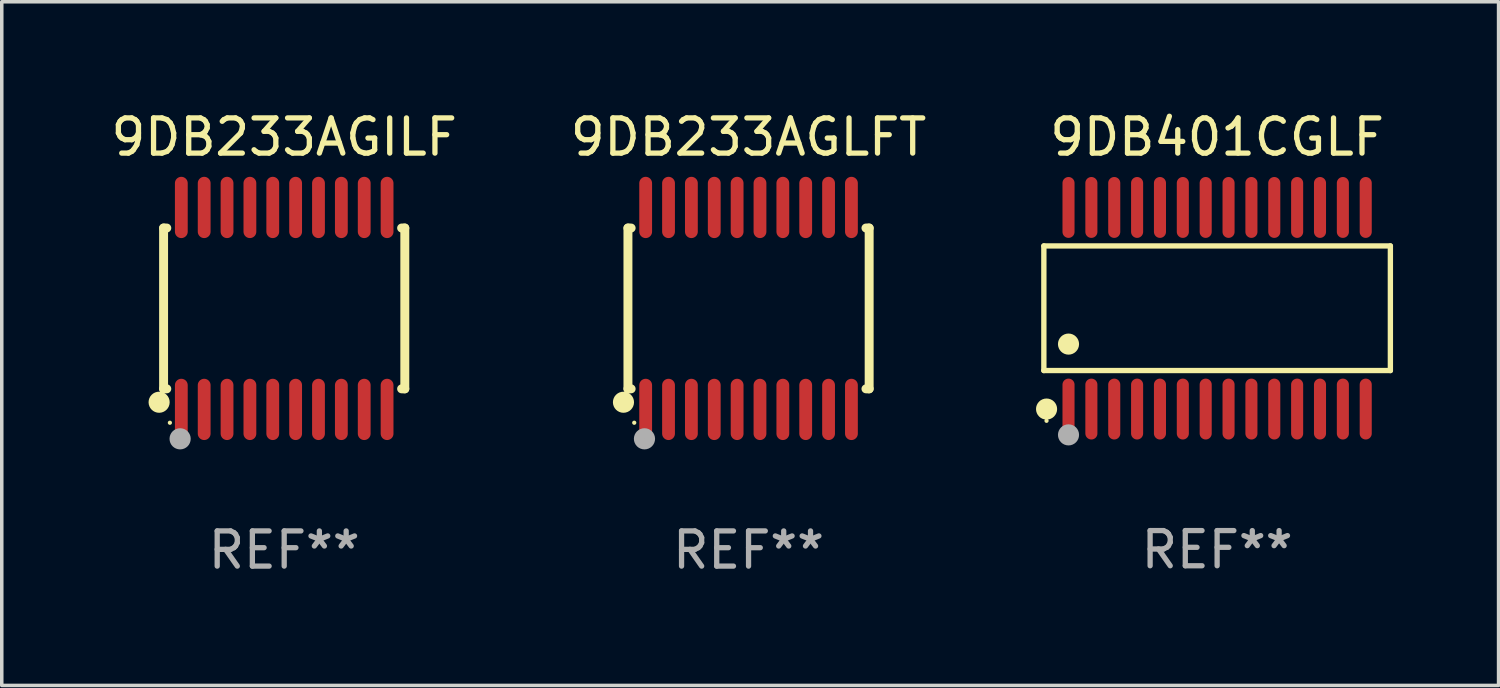
<source format=kicad_pcb>
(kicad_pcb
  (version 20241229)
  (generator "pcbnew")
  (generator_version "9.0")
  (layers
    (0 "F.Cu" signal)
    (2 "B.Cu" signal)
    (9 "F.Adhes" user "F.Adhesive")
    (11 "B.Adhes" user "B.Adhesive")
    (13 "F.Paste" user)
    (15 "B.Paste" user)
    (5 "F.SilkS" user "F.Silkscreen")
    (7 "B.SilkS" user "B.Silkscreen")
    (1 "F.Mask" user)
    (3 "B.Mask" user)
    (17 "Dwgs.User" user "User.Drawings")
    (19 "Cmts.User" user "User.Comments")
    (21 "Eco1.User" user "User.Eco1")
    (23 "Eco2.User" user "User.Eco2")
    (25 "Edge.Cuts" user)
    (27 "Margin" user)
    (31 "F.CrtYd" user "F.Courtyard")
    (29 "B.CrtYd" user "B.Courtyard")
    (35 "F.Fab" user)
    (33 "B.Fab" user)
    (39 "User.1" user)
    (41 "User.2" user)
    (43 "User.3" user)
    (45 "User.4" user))
  (footprint "9DB401CGLF"
    (layer "F.Cu")
    (at 31.554 5.714)
    (property "Reference" "9DB401CGLF" (at 0 -4.866 0) (layer "F.SilkS") (effects (font (size 1 1) (thickness 0.15))))
    (attr through_hole)
    (fp_line (start -4.926 -1.772) (end 4.926 -1.772) (stroke (width 0.152) (type solid)) (layer "F.SilkS"))
    (fp_line (start -4.926 1.771) (end -4.926 -1.772) (stroke (width 0.152) (type solid)) (layer "F.SilkS"))
    (fp_line (start 4.926 -1.772) (end 4.926 1.771) (stroke (width 0.152) (type solid)) (layer "F.SilkS"))
    (fp_line (start 4.926 1.771) (end -4.926 1.771) (stroke (width 0.152) (type solid)) (layer "F.SilkS"))
    (fp_circle (center -4.85 3.2) (end -4.82 3.2) (stroke (width 0.06) (type solid)) (fill no) (layer "F.SilkS"))
    (fp_circle (center -4.849 2.866) (end -4.699 2.866) (stroke (width 0.3) (type solid)) (fill no) (layer "F.SilkS"))
    (fp_circle (center -4.225 1.019) (end -4.075 1.019) (stroke (width 0.3) (type solid)) (fill no) (layer "F.SilkS"))
    (fp_circle (center -4.225 3.6) (end -4.075 3.6) (stroke (width 0.3) (type solid)) (fill no) (layer "F.Fab"))
    (fp_text user "REF**" (at 0 6.866 0) (layer "F.Fab") (effects (font (size 1 1) (thickness 0.15))))
    (pad "1" smd oval (at -4.225 2.866) (size 0.343 1.731) (layers "F.Cu" "F.Mask" "F.Paste"))
    (pad "2" smd oval (at -3.575 2.866) (size 0.343 1.731) (layers "F.Cu" "F.Mask" "F.Paste"))
    (pad "3" smd oval (at -2.925 2.866) (size 0.343 1.731) (layers "F.Cu" "F.Mask" "F.Paste"))
    (pad "4" smd oval (at -2.275 2.866) (size 0.343 1.731) (layers "F.Cu" "F.Mask" "F.Paste"))
    (pad "5" smd oval (at -1.625 2.866) (size 0.343 1.731) (layers "F.Cu" "F.Mask" "F.Paste"))
    (pad "6" smd oval (at -0.975 2.866) (size 0.343 1.731) (layers "F.Cu" "F.Mask" "F.Paste"))
    (pad "7" smd oval (at -0.325 2.866) (size 0.343 1.731) (layers "F.Cu" "F.Mask" "F.Paste"))
    (pad "8" smd oval (at 0.325 2.866) (size 0.343 1.731) (layers "F.Cu" "F.Mask" "F.Paste"))
    (pad "9" smd oval (at 0.975 2.866) (size 0.343 1.731) (layers "F.Cu" "F.Mask" "F.Paste"))
    (pad "10" smd oval (at 1.625 2.866) (size 0.343 1.731) (layers "F.Cu" "F.Mask" "F.Paste"))
    (pad "11" smd oval (at 2.275 2.866) (size 0.343 1.731) (layers "F.Cu" "F.Mask" "F.Paste"))
    (pad "12" smd oval (at 2.925 2.866) (size 0.343 1.731) (layers "F.Cu" "F.Mask" "F.Paste"))
    (pad "13" smd oval (at 3.575 2.866) (size 0.343 1.731) (layers "F.Cu" "F.Mask" "F.Paste"))
    (pad "14" smd oval (at 4.225 2.866) (size 0.343 1.731) (layers "F.Cu" "F.Mask" "F.Paste"))
    (pad "15" smd oval (at 4.225 -2.866) (size 0.343 1.731) (layers "F.Cu" "F.Mask" "F.Paste"))
    (pad "16" smd oval (at 3.575 -2.866) (size 0.343 1.731) (layers "F.Cu" "F.Mask" "F.Paste"))
    (pad "17" smd oval (at 2.925 -2.866) (size 0.343 1.731) (layers "F.Cu" "F.Mask" "F.Paste"))
    (pad "18" smd oval (at 2.275 -2.866) (size 0.343 1.731) (layers "F.Cu" "F.Mask" "F.Paste"))
    (pad "19" smd oval (at 1.625 -2.866) (size 0.343 1.731) (layers "F.Cu" "F.Mask" "F.Paste"))
    (pad "20" smd oval (at 0.975 -2.866) (size 0.343 1.731) (layers "F.Cu" "F.Mask" "F.Paste"))
    (pad "21" smd oval (at 0.325 -2.866) (size 0.343 1.731) (layers "F.Cu" "F.Mask" "F.Paste"))
    (pad "22" smd oval (at -0.325 -2.866) (size 0.343 1.731) (layers "F.Cu" "F.Mask" "F.Paste"))
    (pad "23" smd oval (at -0.975 -2.866) (size 0.343 1.731) (layers "F.Cu" "F.Mask" "F.Paste"))
    (pad "24" smd oval (at -1.625 -2.866) (size 0.343 1.731) (layers "F.Cu" "F.Mask" "F.Paste"))
    (pad "25" smd oval (at -2.275 -2.866) (size 0.343 1.731) (layers "F.Cu" "F.Mask" "F.Paste"))
    (pad "26" smd oval (at -2.925 -2.866) (size 0.343 1.731) (layers "F.Cu" "F.Mask" "F.Paste"))
    (pad "27" smd oval (at -3.575 -2.866) (size 0.343 1.731) (layers "F.Cu" "F.Mask" "F.Paste"))
    (pad "28" smd oval (at -4.225 -2.866) (size 0.343 1.731) (layers "F.Cu" "F.Mask" "F.Paste")))
  (footprint "9DB233AGLFT"
    (layer "F.Cu")
    (at 18.232 5.719)
    (property "Reference" "9DB233AGLFT" (at 0 -4.871 0) (layer "F.SilkS") (effects (font (size 1 1) (thickness 0.15))))
    (attr through_hole)
    (fp_line (start -3.429 -2.286) (end -3.429 2.286) (stroke (width 0.254) (type solid)) (layer "F.SilkS"))
    (fp_line (start -3.429 2.286) (end -3.338 2.286) (stroke (width 0.254) (type solid)) (layer "F.SilkS"))
    (fp_line (start -3.338 -2.286) (end -3.429 -2.286) (stroke (width 0.254) (type solid)) (layer "F.SilkS"))
    (fp_line (start 3.338 -2.286) (end 3.429 -2.286) (stroke (width 0.254) (type solid)) (layer "F.SilkS"))
    (fp_line (start 3.429 -2.286) (end 3.429 2.286) (stroke (width 0.254) (type solid)) (layer "F.SilkS"))
    (fp_line (start 3.429 2.286) (end 3.338 2.286) (stroke (width 0.254) (type solid)) (layer "F.SilkS"))
    (fp_circle (center -3.556 2.667) (end -3.406 2.667) (stroke (width 0.3) (type solid)) (fill no) (layer "F.SilkS"))
    (fp_circle (center -3.25 3.25) (end -3.22 3.25) (stroke (width 0.06) (type solid)) (fill no) (layer "F.SilkS"))
    (fp_circle (center -2.959 3.707) (end -2.808 3.707) (stroke (width 0.3) (type solid)) (fill no) (layer "F.Fab"))
    (fp_text user "REF**" (at 0 6.871 0) (layer "F.Fab") (effects (font (size 1 1) (thickness 0.15))))
    (pad "1" smd oval (at -2.925 2.871) (size 0.364 1.742) (layers "F.Cu" "F.Mask" "F.Paste"))
    (pad "2" smd oval (at -2.275 2.871) (size 0.364 1.742) (layers "F.Cu" "F.Mask" "F.Paste"))
    (pad "3" smd oval (at -1.625 2.871) (size 0.364 1.742) (layers "F.Cu" "F.Mask" "F.Paste"))
    (pad "4" smd oval (at -0.975 2.871) (size 0.364 1.742) (layers "F.Cu" "F.Mask" "F.Paste"))
    (pad "5" smd oval (at -0.325 2.871) (size 0.364 1.742) (layers "F.Cu" "F.Mask" "F.Paste"))
    (pad "6" smd oval (at 0.325 2.871) (size 0.364 1.742) (layers "F.Cu" "F.Mask" "F.Paste"))
    (pad "7" smd oval (at 0.975 2.871) (size 0.364 1.742) (layers "F.Cu" "F.Mask" "F.Paste"))
    (pad "8" smd oval (at 1.625 2.871) (size 0.364 1.742) (layers "F.Cu" "F.Mask" "F.Paste"))
    (pad "9" smd oval (at 2.275 2.871) (size 0.364 1.742) (layers "F.Cu" "F.Mask" "F.Paste"))
    (pad "10" smd oval (at 2.925 2.871) (size 0.364 1.742) (layers "F.Cu" "F.Mask" "F.Paste"))
    (pad "11" smd oval (at 2.925 -2.871) (size 0.364 1.742) (layers "F.Cu" "F.Mask" "F.Paste"))
    (pad "12" smd oval (at 2.275 -2.871) (size 0.364 1.742) (layers "F.Cu" "F.Mask" "F.Paste"))
    (pad "13" smd oval (at 1.625 -2.871) (size 0.364 1.742) (layers "F.Cu" "F.Mask" "F.Paste"))
    (pad "14" smd oval (at 0.975 -2.871) (size 0.364 1.742) (layers "F.Cu" "F.Mask" "F.Paste"))
    (pad "15" smd oval (at 0.325 -2.871) (size 0.364 1.742) (layers "F.Cu" "F.Mask" "F.Paste"))
    (pad "16" smd oval (at -0.325 -2.871) (size 0.364 1.742) (layers "F.Cu" "F.Mask" "F.Paste"))
    (pad "17" smd oval (at -0.975 -2.871) (size 0.364 1.742) (layers "F.Cu" "F.Mask" "F.Paste"))
    (pad "18" smd oval (at -1.625 -2.871) (size 0.364 1.742) (layers "F.Cu" "F.Mask" "F.Paste"))
    (pad "19" smd oval (at -2.275 -2.871) (size 0.364 1.742) (layers "F.Cu" "F.Mask" "F.Paste"))
    (pad "20" smd oval (at -2.925 -2.871) (size 0.364 1.742) (layers "F.Cu" "F.Mask" "F.Paste")))
  (footprint "9DB233AGILF"
    (layer "F.Cu")
    (at 5.03 5.719)
    (property "Reference" "9DB233AGILF" (at 0 -4.871 0) (layer "F.SilkS") (effects (font (size 1 1) (thickness 0.15))))
    (attr through_hole)
    (fp_line (start -3.429 -2.286) (end -3.429 2.286) (stroke (width 0.254) (type solid)) (layer "F.SilkS"))
    (fp_line (start -3.429 2.286) (end -3.338 2.286) (stroke (width 0.254) (type solid)) (layer "F.SilkS"))
    (fp_line (start -3.338 -2.286) (end -3.429 -2.286) (stroke (width 0.254) (type solid)) (layer "F.SilkS"))
    (fp_line (start 3.338 -2.286) (end 3.429 -2.286) (stroke (width 0.254) (type solid)) (layer "F.SilkS"))
    (fp_line (start 3.429 -2.286) (end 3.429 2.286) (stroke (width 0.254) (type solid)) (layer "F.SilkS"))
    (fp_line (start 3.429 2.286) (end 3.338 2.286) (stroke (width 0.254) (type solid)) (layer "F.SilkS"))
    (fp_circle (center -3.556 2.667) (end -3.406 2.667) (stroke (width 0.3) (type solid)) (fill no) (layer "F.SilkS"))
    (fp_circle (center -3.25 3.25) (end -3.22 3.25) (stroke (width 0.06) (type solid)) (fill no) (layer "F.SilkS"))
    (fp_circle (center -2.959 3.707) (end -2.808 3.707) (stroke (width 0.3) (type solid)) (fill no) (layer "F.Fab"))
    (fp_text user "REF**" (at 0 6.871 0) (layer "F.Fab") (effects (font (size 1 1) (thickness 0.15))))
    (pad "1" smd oval (at -2.925 2.871) (size 0.364 1.742) (layers "F.Cu" "F.Mask" "F.Paste"))
    (pad "2" smd oval (at -2.275 2.871) (size 0.364 1.742) (layers "F.Cu" "F.Mask" "F.Paste"))
    (pad "3" smd oval (at -1.625 2.871) (size 0.364 1.742) (layers "F.Cu" "F.Mask" "F.Paste"))
    (pad "4" smd oval (at -0.975 2.871) (size 0.364 1.742) (layers "F.Cu" "F.Mask" "F.Paste"))
    (pad "5" smd oval (at -0.325 2.871) (size 0.364 1.742) (layers "F.Cu" "F.Mask" "F.Paste"))
    (pad "6" smd oval (at 0.325 2.871) (size 0.364 1.742) (layers "F.Cu" "F.Mask" "F.Paste"))
    (pad "7" smd oval (at 0.975 2.871) (size 0.364 1.742) (layers "F.Cu" "F.Mask" "F.Paste"))
    (pad "8" smd oval (at 1.625 2.871) (size 0.364 1.742) (layers "F.Cu" "F.Mask" "F.Paste"))
    (pad "9" smd oval (at 2.275 2.871) (size 0.364 1.742) (layers "F.Cu" "F.Mask" "F.Paste"))
    (pad "10" smd oval (at 2.925 2.871) (size 0.364 1.742) (layers "F.Cu" "F.Mask" "F.Paste"))
    (pad "11" smd oval (at 2.925 -2.871) (size 0.364 1.742) (layers "F.Cu" "F.Mask" "F.Paste"))
    (pad "12" smd oval (at 2.275 -2.871) (size 0.364 1.742) (layers "F.Cu" "F.Mask" "F.Paste"))
    (pad "13" smd oval (at 1.625 -2.871) (size 0.364 1.742) (layers "F.Cu" "F.Mask" "F.Paste"))
    (pad "14" smd oval (at 0.975 -2.871) (size 0.364 1.742) (layers "F.Cu" "F.Mask" "F.Paste"))
    (pad "15" smd oval (at 0.325 -2.871) (size 0.364 1.742) (layers "F.Cu" "F.Mask" "F.Paste"))
    (pad "16" smd oval (at -0.325 -2.871) (size 0.364 1.742) (layers "F.Cu" "F.Mask" "F.Paste"))
    (pad "17" smd oval (at -0.975 -2.871) (size 0.364 1.742) (layers "F.Cu" "F.Mask" "F.Paste"))
    (pad "18" smd oval (at -1.625 -2.871) (size 0.364 1.742) (layers "F.Cu" "F.Mask" "F.Paste"))
    (pad "19" smd oval (at -2.275 -2.871) (size 0.364 1.742) (layers "F.Cu" "F.Mask" "F.Paste"))
    (pad "20" smd oval (at -2.925 -2.871) (size 0.364 1.742) (layers "F.Cu" "F.Mask" "F.Paste")))
  (gr_rect
    (start -3 -3)
    (end 39.556 16.438)
    (stroke (width 0.1) (type default))
    (fill no)
    (layer "Edge.Cuts")))
</source>
